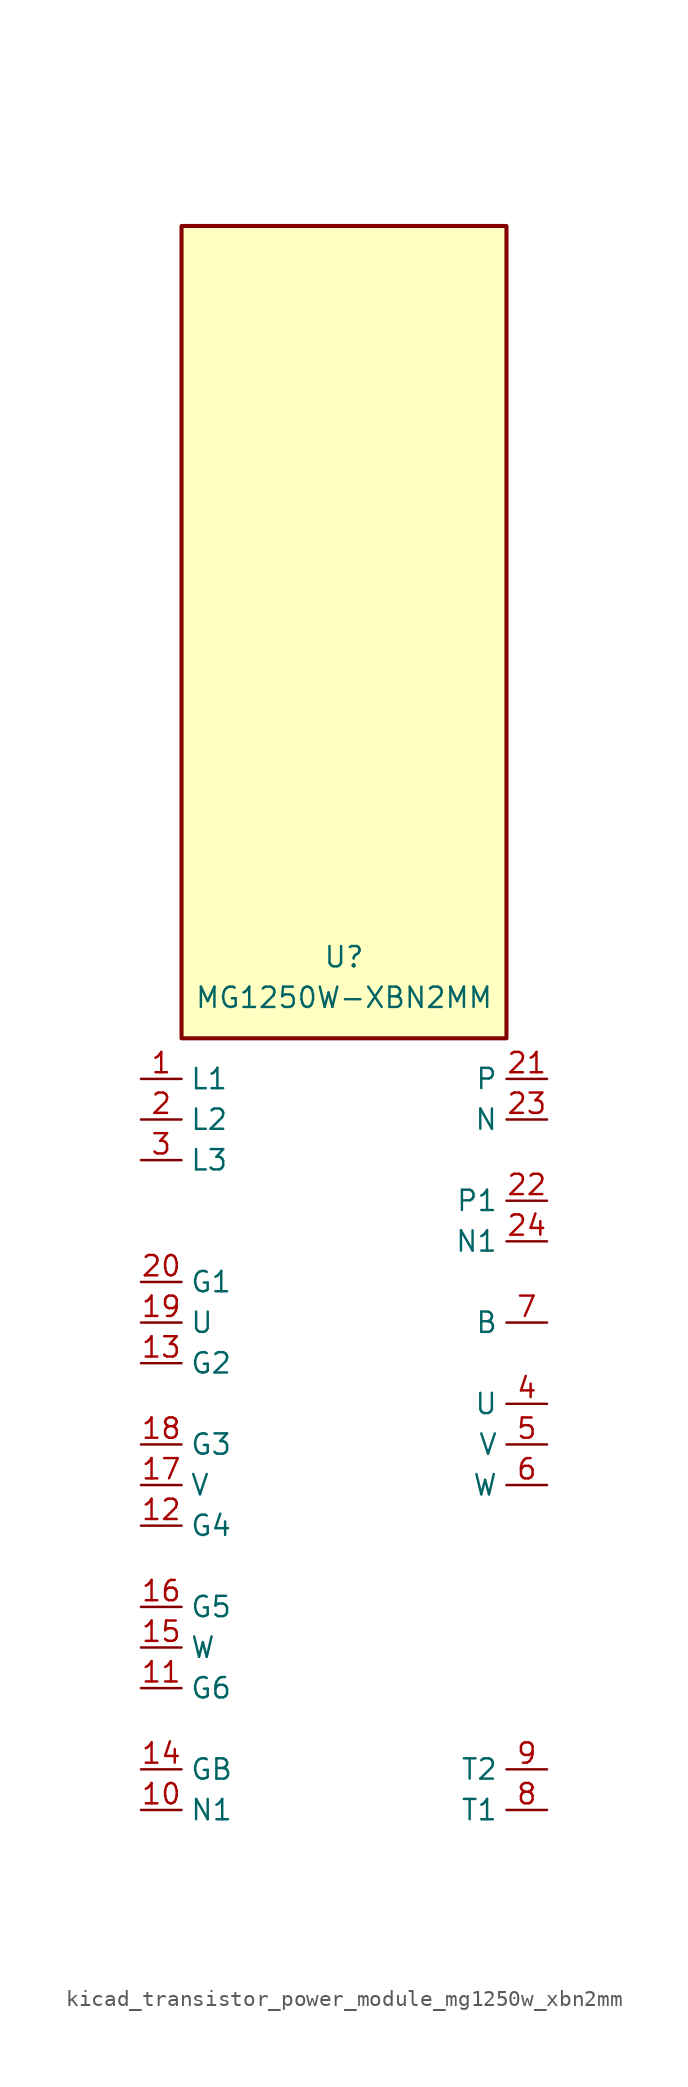
<source format=kicad_sym>
(kicad_symbol_lib
  (version 20220914)
  (generator kicad_symbol_editor)
  (symbol "kicad_transistor_power_module_mg1250w_xbn2mm"
    (property "Reference" "U"
      (at 0 30.48 0)
      (effects (font (size 1.27 1.27))))
    (property "Value" "MG1250W-XBN2MM"
      (at 0 27.94 0)
      (effects (font (size 1.27 1.27))))
    (symbol "kicad_transistor_power_module_mg1250w_xbn2mm_1_1"
      (rectangle (start 10.16 76.2) (end -10.16 25.4) (stroke (width 0.254) (type default)) (fill (type background)))
      (pin passive line (at -12.7 22.86 0) (length 2.54) (name "L1" (effects (font (size 1.27 1.27)))) (number "1" (effects (font (size 1.27 1.27)))))
      (pin passive line (at -12.7 -22.86 0) (length 2.54) (name "N1" (effects (font (size 1.27 1.27)))) (number "10" (effects (font (size 1.27 1.27)))))
      (pin passive line (at -12.7 -15.24 0) (length 2.54) (name "G6" (effects (font (size 1.27 1.27)))) (number "11" (effects (font (size 1.27 1.27)))))
      (pin passive line (at -12.7 -5.08 0) (length 2.54) (name "G4" (effects (font (size 1.27 1.27)))) (number "12" (effects (font (size 1.27 1.27)))))
      (pin passive line (at -12.7 5.08 0) (length 2.54) (name "G2" (effects (font (size 1.27 1.27)))) (number "13" (effects (font (size 1.27 1.27)))))
      (pin passive line (at -12.7 -20.32 0) (length 2.54) (name "GB" (effects (font (size 1.27 1.27)))) (number "14" (effects (font (size 1.27 1.27)))))
      (pin passive line (at -12.7 -12.7 0) (length 2.54) (name "W" (effects (font (size 1.27 1.27)))) (number "15" (effects (font (size 1.27 1.27)))))
      (pin passive line (at -12.7 -10.16 0) (length 2.54) (name "G5" (effects (font (size 1.27 1.27)))) (number "16" (effects (font (size 1.27 1.27)))))
      (pin passive line (at -12.7 -2.54 0) (length 2.54) (name "V" (effects (font (size 1.27 1.27)))) (number "17" (effects (font (size 1.27 1.27)))))
      (pin passive line (at -12.7 0 0) (length 2.54) (name "G3" (effects (font (size 1.27 1.27)))) (number "18" (effects (font (size 1.27 1.27)))))
      (pin passive line (at -12.7 7.62 0) (length 2.54) (name "U" (effects (font (size 1.27 1.27)))) (number "19" (effects (font (size 1.27 1.27)))))
      (pin passive line (at -12.7 20.32 0) (length 2.54) (name "L2" (effects (font (size 1.27 1.27)))) (number "2" (effects (font (size 1.27 1.27)))))
      (pin passive line (at -12.7 10.16 0) (length 2.54) (name "G1" (effects (font (size 1.27 1.27)))) (number "20" (effects (font (size 1.27 1.27)))))
      (pin passive line (at 12.7 22.86 180) (length 2.54) (name "P" (effects (font (size 1.27 1.27)))) (number "21" (effects (font (size 1.27 1.27)))))
      (pin passive line (at 12.7 15.24 180) (length 2.54) (name "P1" (effects (font (size 1.27 1.27)))) (number "22" (effects (font (size 1.27 1.27)))))
      (pin passive line (at 12.7 20.32 180) (length 2.54) (name "N" (effects (font (size 1.27 1.27)))) (number "23" (effects (font (size 1.27 1.27)))))
      (pin passive line (at 12.7 12.7 180) (length 2.54) (name "N1" (effects (font (size 1.27 1.27)))) (number "24" (effects (font (size 1.27 1.27)))))
      (pin passive line (at -12.7 17.78 0) (length 2.54) (name "L3" (effects (font (size 1.27 1.27)))) (number "3" (effects (font (size 1.27 1.27)))))
      (pin passive line (at 12.7 2.54 180) (length 2.54) (name "U" (effects (font (size 1.27 1.27)))) (number "4" (effects (font (size 1.27 1.27)))))
      (pin passive line (at 12.7 0 180) (length 2.54) (name "V" (effects (font (size 1.27 1.27)))) (number "5" (effects (font (size 1.27 1.27)))))
      (pin passive line (at 12.7 -2.54 180) (length 2.54) (name "W" (effects (font (size 1.27 1.27)))) (number "6" (effects (font (size 1.27 1.27)))))
      (pin passive line (at 12.7 7.62 180) (length 2.54) (name "B" (effects (font (size 1.27 1.27)))) (number "7" (effects (font (size 1.27 1.27)))))
      (pin passive line (at 12.7 -22.86 180) (length 2.54) (name "T1" (effects (font (size 1.27 1.27)))) (number "8" (effects (font (size 1.27 1.27)))))
      (pin passive line (at 12.7 -20.32 180) (length 2.54) (name "T2" (effects (font (size 1.27 1.27)))) (number "9" (effects (font (size 1.27 1.27))))))))
</source>
